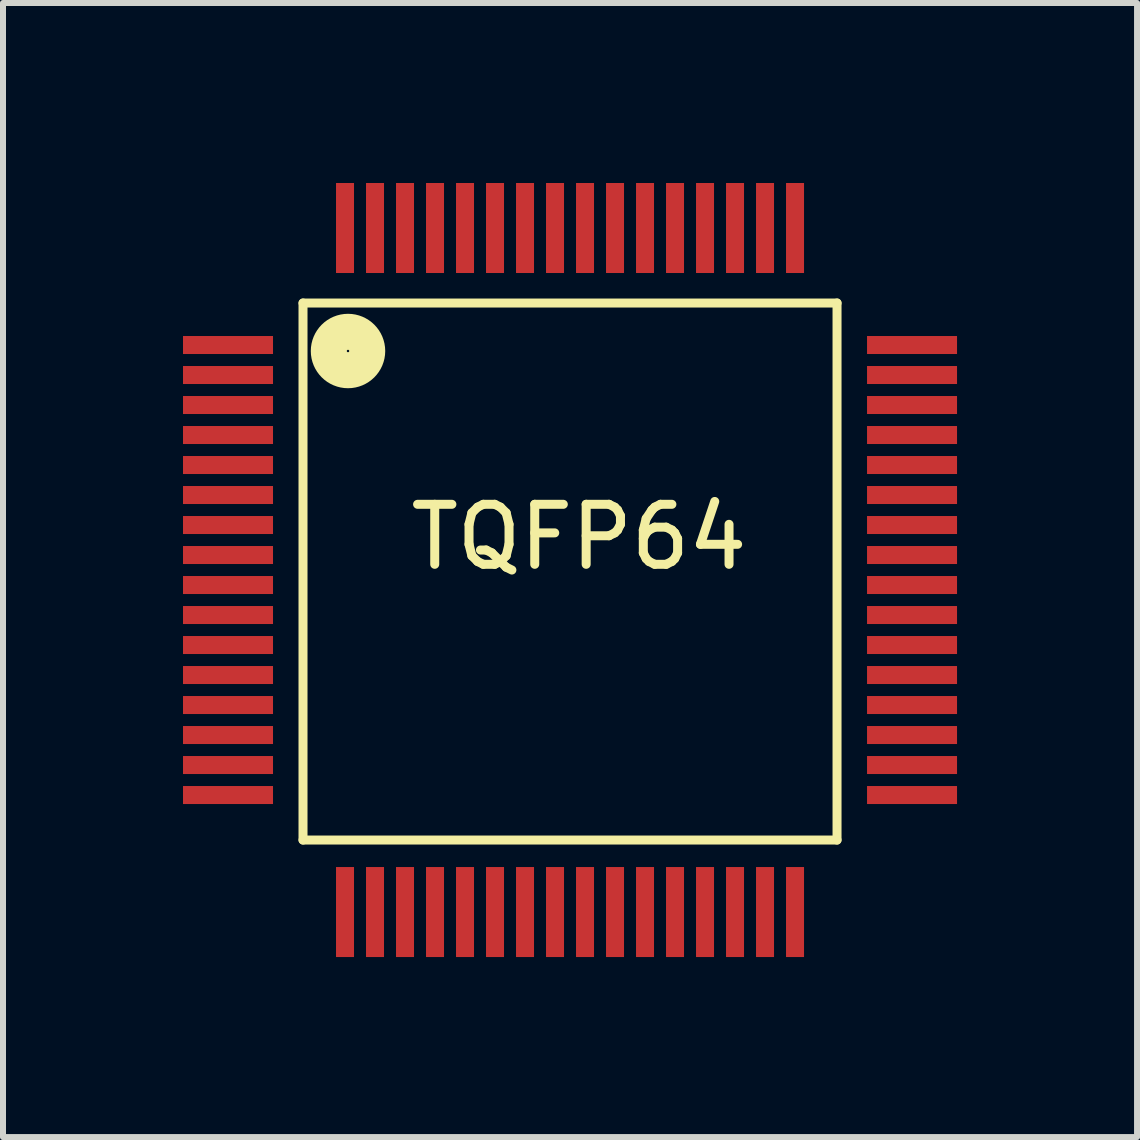
<source format=kicad_pcb>
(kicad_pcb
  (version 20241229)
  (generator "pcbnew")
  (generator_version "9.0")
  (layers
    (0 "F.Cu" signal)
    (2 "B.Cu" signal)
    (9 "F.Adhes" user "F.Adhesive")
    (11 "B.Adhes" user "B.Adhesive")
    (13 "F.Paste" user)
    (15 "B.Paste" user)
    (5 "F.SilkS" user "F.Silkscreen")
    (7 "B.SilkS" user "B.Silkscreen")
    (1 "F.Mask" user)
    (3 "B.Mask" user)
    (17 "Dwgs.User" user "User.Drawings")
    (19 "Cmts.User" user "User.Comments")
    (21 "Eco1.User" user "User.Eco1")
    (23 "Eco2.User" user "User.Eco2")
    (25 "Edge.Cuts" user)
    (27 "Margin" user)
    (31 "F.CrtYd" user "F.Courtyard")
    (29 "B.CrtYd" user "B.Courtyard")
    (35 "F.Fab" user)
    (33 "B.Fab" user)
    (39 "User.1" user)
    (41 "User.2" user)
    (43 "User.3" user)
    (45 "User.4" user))
  (footprint "TQFP64"
    (layer "F.Cu")
    (at 6.45 6.85)
    (property "Reference" "TQFP64" (at 0.15 -0.95 0) (layer "F.SilkS") (effects (font (size 1 1) (thickness 0.15))))
    (attr through_hole)
    (fp_line (start -4.45 -4.85) (end 4.45 -4.85) (stroke (width 0.15) (type solid)) (layer "F.SilkS"))
    (fp_line (start -4.45 4.1) (end -4.45 -4.85) (stroke (width 0.15) (type solid)) (layer "F.SilkS"))
    (fp_line (start 4.45 -4.85) (end 4.45 4.1) (stroke (width 0.15) (type solid)) (layer "F.SilkS"))
    (fp_line (start 4.45 4.1) (end -4.45 4.1) (stroke (width 0.15) (type solid)) (layer "F.SilkS"))
    (fp_circle (center -3.7 -4.05) (end -3.45 -3.85) (stroke (width 0.6) (type solid)) (fill no) (layer "F.SilkS"))
    (pad "1" smd rect (at -5.7 -4.15) (size 1.5 0.3) (layers "F.Cu" "F.Mask" "F.Paste"))
    (pad "2" smd rect (at -5.7 -3.65) (size 1.5 0.3) (layers "F.Cu" "F.Mask" "F.Paste"))
    (pad "3" smd rect (at -5.7 -3.15) (size 1.5 0.3) (layers "F.Cu" "F.Mask" "F.Paste"))
    (pad "4" smd rect (at -5.7 -2.65) (size 1.5 0.3) (layers "F.Cu" "F.Mask" "F.Paste"))
    (pad "5" smd rect (at -5.7 -2.15) (size 1.5 0.3) (layers "F.Cu" "F.Mask" "F.Paste"))
    (pad "6" smd rect (at -5.7 -1.65) (size 1.5 0.3) (layers "F.Cu" "F.Mask" "F.Paste"))
    (pad "7" smd rect (at -5.7 -1.15) (size 1.5 0.3) (layers "F.Cu" "F.Mask" "F.Paste"))
    (pad "8" smd rect (at -5.7 -0.65) (size 1.5 0.3) (layers "F.Cu" "F.Mask" "F.Paste"))
    (pad "9" smd rect (at -5.7 -0.15) (size 1.5 0.3) (layers "F.Cu" "F.Mask" "F.Paste"))
    (pad "10" smd rect (at -5.7 0.35) (size 1.5 0.3) (layers "F.Cu" "F.Mask" "F.Paste"))
    (pad "11" smd rect (at -5.7 0.85) (size 1.5 0.3) (layers "F.Cu" "F.Mask" "F.Paste"))
    (pad "12" smd rect (at -5.7 1.35) (size 1.5 0.3) (layers "F.Cu" "F.Mask" "F.Paste"))
    (pad "13" smd rect (at -5.7 1.85) (size 1.5 0.3) (layers "F.Cu" "F.Mask" "F.Paste"))
    (pad "14" smd rect (at -5.7 2.35) (size 1.5 0.3) (layers "F.Cu" "F.Mask" "F.Paste"))
    (pad "15" smd rect (at -5.7 2.85) (size 1.5 0.3) (layers "F.Cu" "F.Mask" "F.Paste"))
    (pad "16" smd rect (at -5.7 3.35) (size 1.5 0.3) (layers "F.Cu" "F.Mask" "F.Paste"))
    (pad "17" smd rect (at -3.75 5.3) (size 0.3 1.5) (layers "F.Cu" "F.Mask" "F.Paste"))
    (pad "18" smd rect (at -3.25 5.3) (size 0.3 1.5) (layers "F.Cu" "F.Mask" "F.Paste"))
    (pad "19" smd rect (at -2.75 5.3) (size 0.3 1.5) (layers "F.Cu" "F.Mask" "F.Paste"))
    (pad "20" smd rect (at -2.25 5.3) (size 0.3 1.5) (layers "F.Cu" "F.Mask" "F.Paste"))
    (pad "21" smd rect (at -1.75 5.3) (size 0.3 1.5) (layers "F.Cu" "F.Mask" "F.Paste"))
    (pad "22" smd rect (at -1.25 5.3) (size 0.3 1.5) (layers "F.Cu" "F.Mask" "F.Paste"))
    (pad "23" smd rect (at -0.75 5.3) (size 0.3 1.5) (layers "F.Cu" "F.Mask" "F.Paste"))
    (pad "24" smd rect (at -0.25 5.3) (size 0.3 1.5) (layers "F.Cu" "F.Mask" "F.Paste"))
    (pad "25" smd rect (at 0.25 5.3) (size 0.3 1.5) (layers "F.Cu" "F.Mask" "F.Paste"))
    (pad "26" smd rect (at 0.75 5.3) (size 0.3 1.5) (layers "F.Cu" "F.Mask" "F.Paste"))
    (pad "27" smd rect (at 1.25 5.3) (size 0.3 1.5) (layers "F.Cu" "F.Mask" "F.Paste"))
    (pad "28" smd rect (at 1.75 5.3) (size 0.3 1.5) (layers "F.Cu" "F.Mask" "F.Paste"))
    (pad "29" smd rect (at 2.25 5.3) (size 0.3 1.5) (layers "F.Cu" "F.Mask" "F.Paste"))
    (pad "30" smd rect (at 2.75 5.3) (size 0.3 1.5) (layers "F.Cu" "F.Mask" "F.Paste"))
    (pad "31" smd rect (at 3.25 5.3) (size 0.3 1.5) (layers "F.Cu" "F.Mask" "F.Paste"))
    (pad "32" smd rect (at 3.75 5.3) (size 0.3 1.5) (layers "F.Cu" "F.Mask" "F.Paste"))
    (pad "33" smd rect (at 5.7 3.35) (size 1.5 0.3) (layers "F.Cu" "F.Mask" "F.Paste"))
    (pad "34" smd rect (at 5.7 2.85) (size 1.5 0.3) (layers "F.Cu" "F.Mask" "F.Paste"))
    (pad "35" smd rect (at 5.7 2.35) (size 1.5 0.3) (layers "F.Cu" "F.Mask" "F.Paste"))
    (pad "36" smd rect (at 5.7 1.85) (size 1.5 0.3) (layers "F.Cu" "F.Mask" "F.Paste"))
    (pad "37" smd rect (at 5.7 1.35) (size 1.5 0.3) (layers "F.Cu" "F.Mask" "F.Paste"))
    (pad "38" smd rect (at 5.7 0.85) (size 1.5 0.3) (layers "F.Cu" "F.Mask" "F.Paste"))
    (pad "39" smd rect (at 5.7 0.35) (size 1.5 0.3) (layers "F.Cu" "F.Mask" "F.Paste"))
    (pad "40" smd rect (at 5.7 -0.15) (size 1.5 0.3) (layers "F.Cu" "F.Mask" "F.Paste"))
    (pad "41" smd rect (at 5.7 -0.65) (size 1.5 0.3) (layers "F.Cu" "F.Mask" "F.Paste"))
    (pad "42" smd rect (at 5.7 -1.15) (size 1.5 0.3) (layers "F.Cu" "F.Mask" "F.Paste"))
    (pad "43" smd rect (at 5.7 -1.65) (size 1.5 0.3) (layers "F.Cu" "F.Mask" "F.Paste"))
    (pad "44" smd rect (at 5.7 -2.15) (size 1.5 0.3) (layers "F.Cu" "F.Mask" "F.Paste"))
    (pad "45" smd rect (at 5.7 -2.65) (size 1.5 0.3) (layers "F.Cu" "F.Mask" "F.Paste"))
    (pad "46" smd rect (at 5.7 -3.15) (size 1.5 0.3) (layers "F.Cu" "F.Mask" "F.Paste"))
    (pad "47" smd rect (at 5.7 -3.65) (size 1.5 0.3) (layers "F.Cu" "F.Mask" "F.Paste"))
    (pad "48" smd rect (at 5.7 -4.15) (size 1.5 0.3) (layers "F.Cu" "F.Mask" "F.Paste"))
    (pad "49" smd rect (at 3.75 -6.1) (size 0.3 1.5) (layers "F.Cu" "F.Mask" "F.Paste"))
    (pad "50" smd rect (at 3.25 -6.1) (size 0.3 1.5) (layers "F.Cu" "F.Mask" "F.Paste"))
    (pad "51" smd rect (at 2.75 -6.1) (size 0.3 1.5) (layers "F.Cu" "F.Mask" "F.Paste"))
    (pad "52" smd rect (at 2.25 -6.1) (size 0.3 1.5) (layers "F.Cu" "F.Mask" "F.Paste"))
    (pad "53" smd rect (at 1.75 -6.1) (size 0.3 1.5) (layers "F.Cu" "F.Mask" "F.Paste"))
    (pad "54" smd rect (at 1.25 -6.1) (size 0.3 1.5) (layers "F.Cu" "F.Mask" "F.Paste"))
    (pad "55" smd rect (at 0.75 -6.1) (size 0.3 1.5) (layers "F.Cu" "F.Mask" "F.Paste"))
    (pad "56" smd rect (at 0.25 -6.1) (size 0.3 1.5) (layers "F.Cu" "F.Mask" "F.Paste"))
    (pad "57" smd rect (at -0.25 -6.1) (size 0.3 1.5) (layers "F.Cu" "F.Mask" "F.Paste"))
    (pad "58" smd rect (at -0.75 -6.1) (size 0.3 1.5) (layers "F.Cu" "F.Mask" "F.Paste"))
    (pad "59" smd rect (at -1.25 -6.1) (size 0.3 1.5) (layers "F.Cu" "F.Mask" "F.Paste"))
    (pad "60" smd rect (at -1.75 -6.1) (size 0.3 1.5) (layers "F.Cu" "F.Mask" "F.Paste"))
    (pad "61" smd rect (at -2.25 -6.1) (size 0.3 1.5) (layers "F.Cu" "F.Mask" "F.Paste"))
    (pad "62" smd rect (at -2.75 -6.1) (size 0.3 1.5) (layers "F.Cu" "F.Mask" "F.Paste"))
    (pad "63" smd rect (at -3.25 -6.1) (size 0.3 1.5) (layers "F.Cu" "F.Mask" "F.Paste"))
    (pad "64" smd rect (at -3.75 -6.1) (size 0.3 1.5) (layers "F.Cu" "F.Mask" "F.Paste")))
  (gr_rect
    (start -3 -3)
    (end 15.9 15.9)
    (stroke (width 0.1) (type default))
    (fill no)
    (layer "Edge.Cuts")))
</source>
